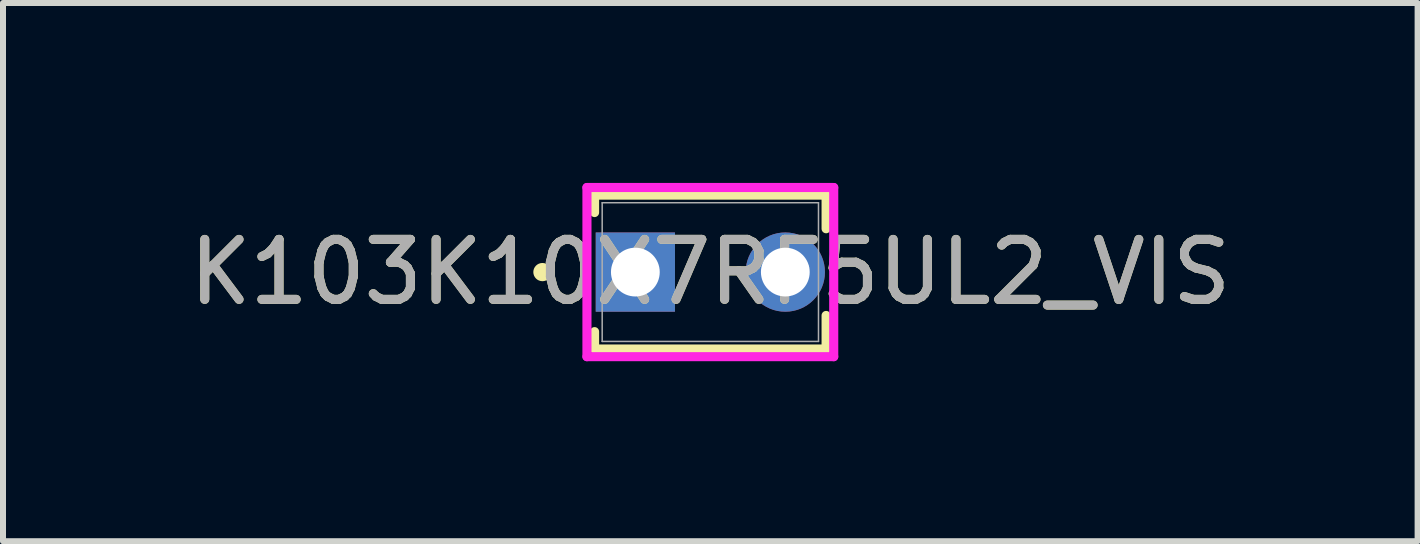
<source format=kicad_pcb>
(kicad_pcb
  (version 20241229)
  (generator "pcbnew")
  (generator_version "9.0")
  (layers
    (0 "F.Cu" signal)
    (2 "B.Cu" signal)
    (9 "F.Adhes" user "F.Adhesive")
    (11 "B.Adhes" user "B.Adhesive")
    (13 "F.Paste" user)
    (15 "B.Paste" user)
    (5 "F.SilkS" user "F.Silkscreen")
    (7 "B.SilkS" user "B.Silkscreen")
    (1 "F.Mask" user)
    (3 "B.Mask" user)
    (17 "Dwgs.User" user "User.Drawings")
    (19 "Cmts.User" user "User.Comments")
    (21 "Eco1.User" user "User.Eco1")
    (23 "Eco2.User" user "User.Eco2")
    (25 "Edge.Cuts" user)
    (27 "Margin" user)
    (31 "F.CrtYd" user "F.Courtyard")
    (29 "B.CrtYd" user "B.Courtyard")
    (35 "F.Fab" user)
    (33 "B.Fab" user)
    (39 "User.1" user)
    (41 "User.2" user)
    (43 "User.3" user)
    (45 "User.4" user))
  (footprint "K103K10X7RF5UL2_VIS"
    (layer "F.Cu")
    (at 7.542 1.486)
    (property "Reference" "K103K10X7RF5UL2_VIS" (at 1.25 0 0) (unlocked yes) (layer "F.SilkS") (effects (font (size 1 1) (thickness 0.15))))
    (attr through_hole)
    (fp_line (start -0.68 -1.283) (end -0.68 -0.993) (stroke (width 0.152) (type solid)) (layer "F.SilkS"))
    (fp_line (start -0.68 0.993) (end -0.68 1.283) (stroke (width 0.152) (type solid)) (layer "F.SilkS"))
    (fp_line (start 3.18 -1.283) (end -0.68 -1.283) (stroke (width 0.152) (type solid)) (layer "F.SilkS"))
    (fp_line (start 3.18 -1.283) (end 3.18 -0.723) (stroke (width 0.152) (type solid)) (layer "F.SilkS"))
    (fp_line (start 3.18 0.723) (end 3.18 1.283) (stroke (width 0.152) (type solid)) (layer "F.SilkS"))
    (fp_line (start 3.18 1.283) (end -0.68 1.283) (stroke (width 0.152) (type solid)) (layer "F.SilkS"))
    (fp_circle (center -1.549 0) (end -1.473 0) (stroke (width 0.152) (type solid)) (fill no) (layer "F.SilkS"))
    (fp_line (start -0.807 -1.41) (end 3.307 -1.41) (stroke (width 0.152) (type solid)) (layer "F.CrtYd"))
    (fp_line (start -0.807 1.41) (end -0.807 -1.41) (stroke (width 0.152) (type solid)) (layer "F.CrtYd"))
    (fp_line (start 3.307 -1.41) (end 3.307 1.41) (stroke (width 0.152) (type solid)) (layer "F.CrtYd"))
    (fp_line (start 3.307 1.41) (end -0.807 1.41) (stroke (width 0.152) (type solid)) (layer "F.CrtYd"))
    (fp_line (start -0.553 -1.156) (end -0.553 1.156) (stroke (width 0.025) (type solid)) (layer "F.Fab"))
    (fp_line (start 3.053 -1.156) (end -0.553 -1.156) (stroke (width 0.025) (type solid)) (layer "F.Fab"))
    (fp_line (start 3.053 -1.156) (end 3.053 1.156) (stroke (width 0.025) (type solid)) (layer "F.Fab"))
    (fp_line (start 3.053 1.156) (end -0.553 1.156) (stroke (width 0.025) (type solid)) (layer "F.Fab"))
    (fp_circle (center -0.045 0) (end 0.031 0) (stroke (width 0.025) (type solid)) (fill no) (layer "F.Fab"))
    (fp_text user "${REFERENCE}" (at 1.25 0 0) (unlocked yes) (layer "F.Fab") (effects (font (size 1 1) (thickness 0.15))))
    (pad "1" thru_hole rect (at 0 0) (size 1.321 1.321) (drill 0.813) (layers "*.Cu" "*.Mask"))
    (pad "2" thru_hole circle (at 2.5 0) (size 1.321 1.321) (drill 0.813) (layers "*.Cu" "*.Mask")))
  (gr_rect
    (start -3 -3)
    (end 20.583 5.972)
    (stroke (width 0.1) (type default))
    (fill no)
    (layer "Edge.Cuts")))
</source>
